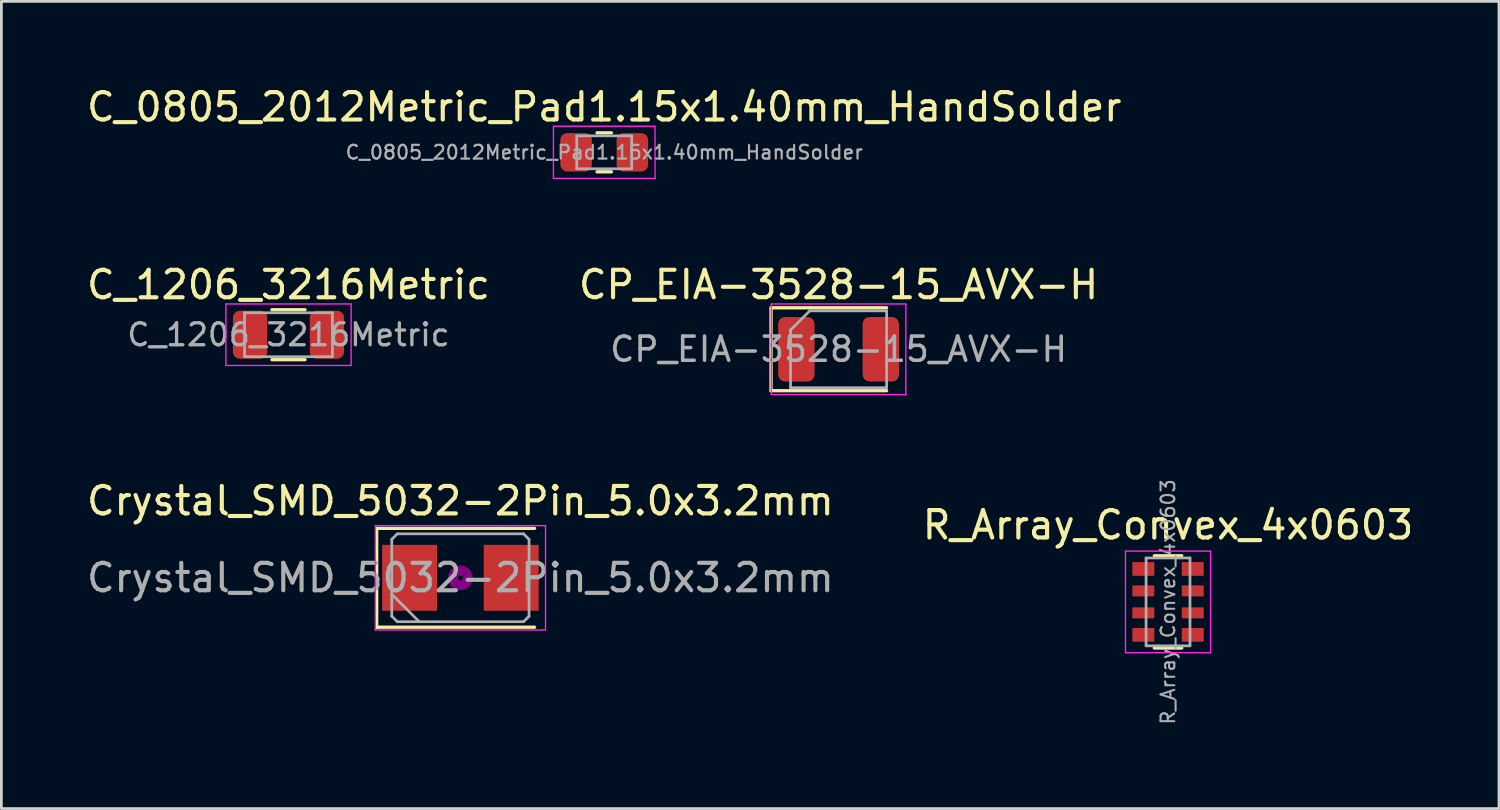
<source format=kicad_pcb>
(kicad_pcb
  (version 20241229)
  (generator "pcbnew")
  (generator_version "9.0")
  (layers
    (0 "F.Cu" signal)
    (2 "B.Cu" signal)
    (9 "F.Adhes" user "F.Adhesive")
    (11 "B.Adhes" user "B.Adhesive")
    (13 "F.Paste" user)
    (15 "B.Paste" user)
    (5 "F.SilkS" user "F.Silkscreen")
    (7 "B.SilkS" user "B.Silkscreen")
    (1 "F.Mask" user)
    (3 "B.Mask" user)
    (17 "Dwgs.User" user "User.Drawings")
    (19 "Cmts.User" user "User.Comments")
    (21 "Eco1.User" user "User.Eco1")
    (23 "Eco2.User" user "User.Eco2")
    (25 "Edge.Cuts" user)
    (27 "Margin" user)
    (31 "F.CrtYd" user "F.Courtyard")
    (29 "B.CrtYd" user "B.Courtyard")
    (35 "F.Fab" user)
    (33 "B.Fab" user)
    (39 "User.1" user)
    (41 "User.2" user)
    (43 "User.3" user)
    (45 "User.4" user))
  (footprint "C_0805_2012Metric_Pad1.15x1.40mm_HandSolder"
    (layer "F.Cu")
    (at 18.958 2.498)
    (property "Reference" "C_0805_2012Metric_Pad1.15x1.40mm_HandSolder" (at 0 -1.65 0) (layer "F.SilkS") (effects (font (size 1 1) (thickness 0.15))))
    (attr smd)
    (fp_line (start -0.261 -0.71) (end 0.261 -0.71) (stroke (width 0.12) (type solid)) (layer "F.SilkS"))
    (fp_line (start -0.261 0.71) (end 0.261 0.71) (stroke (width 0.12) (type solid)) (layer "F.SilkS"))
    (fp_line (start -1.85 -0.95) (end 1.85 -0.95) (stroke (width 0.05) (type solid)) (layer "F.CrtYd"))
    (fp_line (start -1.85 0.95) (end -1.85 -0.95) (stroke (width 0.05) (type solid)) (layer "F.CrtYd"))
    (fp_line (start 1.85 -0.95) (end 1.85 0.95) (stroke (width 0.05) (type solid)) (layer "F.CrtYd"))
    (fp_line (start 1.85 0.95) (end -1.85 0.95) (stroke (width 0.05) (type solid)) (layer "F.CrtYd"))
    (fp_line (start -1 -0.6) (end 1 -0.6) (stroke (width 0.1) (type solid)) (layer "F.Fab"))
    (fp_line (start -1 0.6) (end -1 -0.6) (stroke (width 0.1) (type solid)) (layer "F.Fab"))
    (fp_line (start 1 -0.6) (end 1 0.6) (stroke (width 0.1) (type solid)) (layer "F.Fab"))
    (fp_line (start 1 0.6) (end -1 0.6) (stroke (width 0.1) (type solid)) (layer "F.Fab"))
    (fp_text user "${REFERENCE}" (at 0 0 0) (layer "F.Fab") (effects (font (size 0.5 0.5) (thickness 0.08))))
    (pad "1" smd roundrect (at -1.025 0) (size 1.15 1.4) (layers "F.Cu" "F.Mask" "F.Paste") (roundrect_rratio 0.217))
    (pad "2" smd roundrect (at 1.025 0) (size 1.15 1.4) (layers "F.Cu" "F.Mask" "F.Paste") (roundrect_rratio 0.217)))
  (footprint "CP_EIA-3528-15_AVX-H"
    (layer "F.Cu")
    (at 27.494 9.671)
    (property "Reference" "CP_EIA-3528-15_AVX-H" (at 0 -2.35 0) (layer "F.SilkS") (effects (font (size 1 1) (thickness 0.15))))
    (attr smd)
    (fp_line (start -2.46 -1.51) (end -2.46 1.51) (stroke (width 0.12) (type solid)) (layer "F.SilkS"))
    (fp_line (start -2.46 1.51) (end 1.75 1.51) (stroke (width 0.12) (type solid)) (layer "F.SilkS"))
    (fp_line (start 1.75 -1.51) (end -2.46 -1.51) (stroke (width 0.12) (type solid)) (layer "F.SilkS"))
    (fp_line (start -2.45 -1.65) (end 2.45 -1.65) (stroke (width 0.05) (type solid)) (layer "F.CrtYd"))
    (fp_line (start -2.45 1.65) (end -2.45 -1.65) (stroke (width 0.05) (type solid)) (layer "F.CrtYd"))
    (fp_line (start 2.45 -1.65) (end 2.45 1.65) (stroke (width 0.05) (type solid)) (layer "F.CrtYd"))
    (fp_line (start 2.45 1.65) (end -2.45 1.65) (stroke (width 0.05) (type solid)) (layer "F.CrtYd"))
    (fp_line (start -1.75 -0.7) (end -1.75 1.4) (stroke (width 0.1) (type solid)) (layer "F.Fab"))
    (fp_line (start -1.75 1.4) (end 1.75 1.4) (stroke (width 0.1) (type solid)) (layer "F.Fab"))
    (fp_line (start -1.05 -1.4) (end -1.75 -0.7) (stroke (width 0.1) (type solid)) (layer "F.Fab"))
    (fp_line (start 1.75 -1.4) (end -1.05 -1.4) (stroke (width 0.1) (type solid)) (layer "F.Fab"))
    (fp_line (start 1.75 1.4) (end 1.75 -1.4) (stroke (width 0.1) (type solid)) (layer "F.Fab"))
    (fp_text user "${REFERENCE}" (at 0 0 0) (layer "F.Fab") (effects (font (size 0.88 0.88) (thickness 0.13))))
    (pad "1" smd roundrect (at -1.538 0) (size 1.325 2.35) (layers "F.Cu" "F.Mask" "F.Paste") (roundrect_rratio 0.189))
    (pad "2" smd roundrect (at 1.538 0) (size 1.325 2.35) (layers "F.Cu" "F.Mask" "F.Paste") (roundrect_rratio 0.189)))
  (footprint "R_Array_Convex_4x0603"
    (layer "F.Cu")
    (at 39.494 18.873)
    (property "Reference" "R_Array_Convex_4x0603" (at 0 -2.8 0) (layer "F.SilkS") (effects (font (size 1 1) (thickness 0.15))))
    (attr smd)
    (fp_line (start 0.5 -1.68) (end -0.5 -1.68) (stroke (width 0.12) (type solid)) (layer "F.SilkS"))
    (fp_line (start 0.5 1.68) (end -0.5 1.68) (stroke (width 0.12) (type solid)) (layer "F.SilkS"))
    (fp_line (start -1.55 -1.85) (end -1.55 1.85) (stroke (width 0.05) (type solid)) (layer "F.CrtYd"))
    (fp_line (start -1.55 -1.85) (end 1.55 -1.85) (stroke (width 0.05) (type solid)) (layer "F.CrtYd"))
    (fp_line (start 1.55 1.85) (end -1.55 1.85) (stroke (width 0.05) (type solid)) (layer "F.CrtYd"))
    (fp_line (start 1.55 1.85) (end 1.55 -1.85) (stroke (width 0.05) (type solid)) (layer "F.CrtYd"))
    (fp_line (start -0.8 -1.6) (end 0.8 -1.6) (stroke (width 0.1) (type solid)) (layer "F.Fab"))
    (fp_line (start -0.8 1.6) (end -0.8 -1.6) (stroke (width 0.1) (type solid)) (layer "F.Fab"))
    (fp_line (start 0.8 -1.6) (end 0.8 1.6) (stroke (width 0.1) (type solid)) (layer "F.Fab"))
    (fp_line (start 0.8 1.6) (end -0.8 1.6) (stroke (width 0.1) (type solid)) (layer "F.Fab"))
    (fp_text user "${REFERENCE}" (at 0 0 90) (layer "F.Fab") (effects (font (size 0.5 0.5) (thickness 0.075))))
    (pad "1" smd rect (at -0.9 -1.2) (size 0.8 0.5) (layers "F.Cu" "F.Mask" "F.Paste"))
    (pad "2" smd rect (at -0.9 -0.4) (size 0.8 0.4) (layers "F.Cu" "F.Mask" "F.Paste"))
    (pad "3" smd rect (at -0.9 0.4) (size 0.8 0.4) (layers "F.Cu" "F.Mask" "F.Paste"))
    (pad "4" smd rect (at -0.9 1.2) (size 0.8 0.5) (layers "F.Cu" "F.Mask" "F.Paste"))
    (pad "5" smd rect (at 0.9 1.2) (size 0.8 0.5) (layers "F.Cu" "F.Mask" "F.Paste"))
    (pad "6" smd rect (at 0.9 0.4) (size 0.8 0.4) (layers "F.Cu" "F.Mask" "F.Paste"))
    (pad "7" smd rect (at 0.9 -0.4) (size 0.8 0.4) (layers "F.Cu" "F.Mask" "F.Paste"))
    (pad "8" smd rect (at 0.9 -1.2) (size 0.8 0.5) (layers "F.Cu" "F.Mask" "F.Paste")))
  (footprint "Crystal_SMD_5032-2Pin_5.0x3.2mm"
    (layer "F.Cu")
    (at 13.72 17.995)
    (property "Reference" "Crystal_SMD_5032-2Pin_5.0x3.2mm" (at 0 -2.8 0) (layer "F.SilkS") (effects (font (size 1 1) (thickness 0.15))))
    (attr smd)
    (fp_line (start -3.05 -1.8) (end -3.05 1.8) (stroke (width 0.12) (type solid)) (layer "F.SilkS"))
    (fp_line (start -3.05 1.8) (end 2.7 1.8) (stroke (width 0.12) (type solid)) (layer "F.SilkS"))
    (fp_line (start 2.7 -1.8) (end -3.05 -1.8) (stroke (width 0.12) (type solid)) (layer "F.SilkS"))
    (fp_circle (center 0 0) (end 0.093 0) (stroke (width 0.187) (type solid)) (fill no) (layer "F.Adhes"))
    (fp_circle (center 0 0) (end 0.213 0) (stroke (width 0.133) (type solid)) (fill no) (layer "F.Adhes"))
    (fp_circle (center 0 0) (end 0.333 0) (stroke (width 0.133) (type solid)) (fill no) (layer "F.Adhes"))
    (fp_circle (center 0 0) (end 0.4 0) (stroke (width 0.1) (type solid)) (fill no) (layer "F.Adhes"))
    (fp_line (start -3.1 -1.9) (end -3.1 1.9) (stroke (width 0.05) (type solid)) (layer "F.CrtYd"))
    (fp_line (start -3.1 1.9) (end 3.1 1.9) (stroke (width 0.05) (type solid)) (layer "F.CrtYd"))
    (fp_line (start 3.1 -1.9) (end -3.1 -1.9) (stroke (width 0.05) (type solid)) (layer "F.CrtYd"))
    (fp_line (start 3.1 1.9) (end 3.1 -1.9) (stroke (width 0.05) (type solid)) (layer "F.CrtYd"))
    (fp_line (start -2.5 -1.4) (end -2.3 -1.6) (stroke (width 0.1) (type solid)) (layer "F.Fab"))
    (fp_line (start -2.5 0.6) (end -1.5 1.6) (stroke (width 0.1) (type solid)) (layer "F.Fab"))
    (fp_line (start -2.5 1.4) (end -2.5 -1.4) (stroke (width 0.1) (type solid)) (layer "F.Fab"))
    (fp_line (start -2.3 -1.6) (end 2.3 -1.6) (stroke (width 0.1) (type solid)) (layer "F.Fab"))
    (fp_line (start -2.3 1.6) (end -2.5 1.4) (stroke (width 0.1) (type solid)) (layer "F.Fab"))
    (fp_line (start 2.3 -1.6) (end 2.5 -1.4) (stroke (width 0.1) (type solid)) (layer "F.Fab"))
    (fp_line (start 2.3 1.6) (end -2.3 1.6) (stroke (width 0.1) (type solid)) (layer "F.Fab"))
    (fp_line (start 2.5 -1.4) (end 2.5 1.4) (stroke (width 0.1) (type solid)) (layer "F.Fab"))
    (fp_line (start 2.5 1.4) (end 2.3 1.6) (stroke (width 0.1) (type solid)) (layer "F.Fab"))
    (fp_text user "${REFERENCE}" (at 0 0 0) (layer "F.Fab") (effects (font (size 1 1) (thickness 0.15))))
    (pad "1" smd rect (at -1.85 0) (size 2 2.4) (layers "F.Cu" "F.Mask" "F.Paste"))
    (pad "2" smd rect (at 1.85 0) (size 2 2.4) (layers "F.Cu" "F.Mask" "F.Paste")))
  (footprint "C_1206_3216Metric"
    (layer "F.Cu")
    (at 7.458 9.142)
    (property "Reference" "C_1206_3216Metric" (at 0 -1.82 0) (layer "F.SilkS") (effects (font (size 1 1) (thickness 0.15))))
    (attr smd)
    (fp_line (start -0.602 -0.91) (end 0.602 -0.91) (stroke (width 0.12) (type solid)) (layer "F.SilkS"))
    (fp_line (start -0.602 0.91) (end 0.602 0.91) (stroke (width 0.12) (type solid)) (layer "F.SilkS"))
    (fp_line (start -2.286 -1.143) (end 2.286 -1.143) (stroke (width 0.12) (type solid)) (layer "Eco1.User"))
    (fp_line (start -2.286 1.143) (end -2.286 -1.143) (stroke (width 0.12) (type solid)) (layer "Eco1.User"))
    (fp_line (start 2.286 -1.143) (end 2.286 1.143) (stroke (width 0.12) (type solid)) (layer "Eco1.User"))
    (fp_line (start 2.286 1.143) (end -2.286 1.143) (stroke (width 0.12) (type solid)) (layer "Eco1.User"))
    (fp_line (start -2.28 -1.12) (end 2.28 -1.12) (stroke (width 0.05) (type solid)) (layer "F.CrtYd"))
    (fp_line (start -2.28 1.12) (end -2.28 -1.12) (stroke (width 0.05) (type solid)) (layer "F.CrtYd"))
    (fp_line (start 2.28 -1.12) (end 2.28 1.12) (stroke (width 0.05) (type solid)) (layer "F.CrtYd"))
    (fp_line (start 2.28 1.12) (end -2.28 1.12) (stroke (width 0.05) (type solid)) (layer "F.CrtYd"))
    (fp_line (start -1.6 -0.8) (end 1.6 -0.8) (stroke (width 0.1) (type solid)) (layer "F.Fab"))
    (fp_line (start -1.6 0.8) (end -1.6 -0.8) (stroke (width 0.1) (type solid)) (layer "F.Fab"))
    (fp_line (start 1.6 -0.8) (end 1.6 0.8) (stroke (width 0.1) (type solid)) (layer "F.Fab"))
    (fp_line (start 1.6 0.8) (end -1.6 0.8) (stroke (width 0.1) (type solid)) (layer "F.Fab"))
    (fp_text user "${REFERENCE}" (at 0 0 0) (layer "F.Fab") (effects (font (size 0.8 0.8) (thickness 0.12))))
    (pad "1" smd roundrect (at -1.4 0) (size 1.25 1.75) (layers "F.Cu" "F.Mask" "F.Paste") (roundrect_rratio 0.2))
    (pad "2" smd roundrect (at 1.4 0) (size 1.25 1.75) (layers "F.Cu" "F.Mask" "F.Paste") (roundrect_rratio 0.2)))
  (gr_rect
    (start -3 -3)
    (end 51.548 26.4)
    (stroke (width 0.1) (type default))
    (fill no)
    (layer "Edge.Cuts")))
</source>
